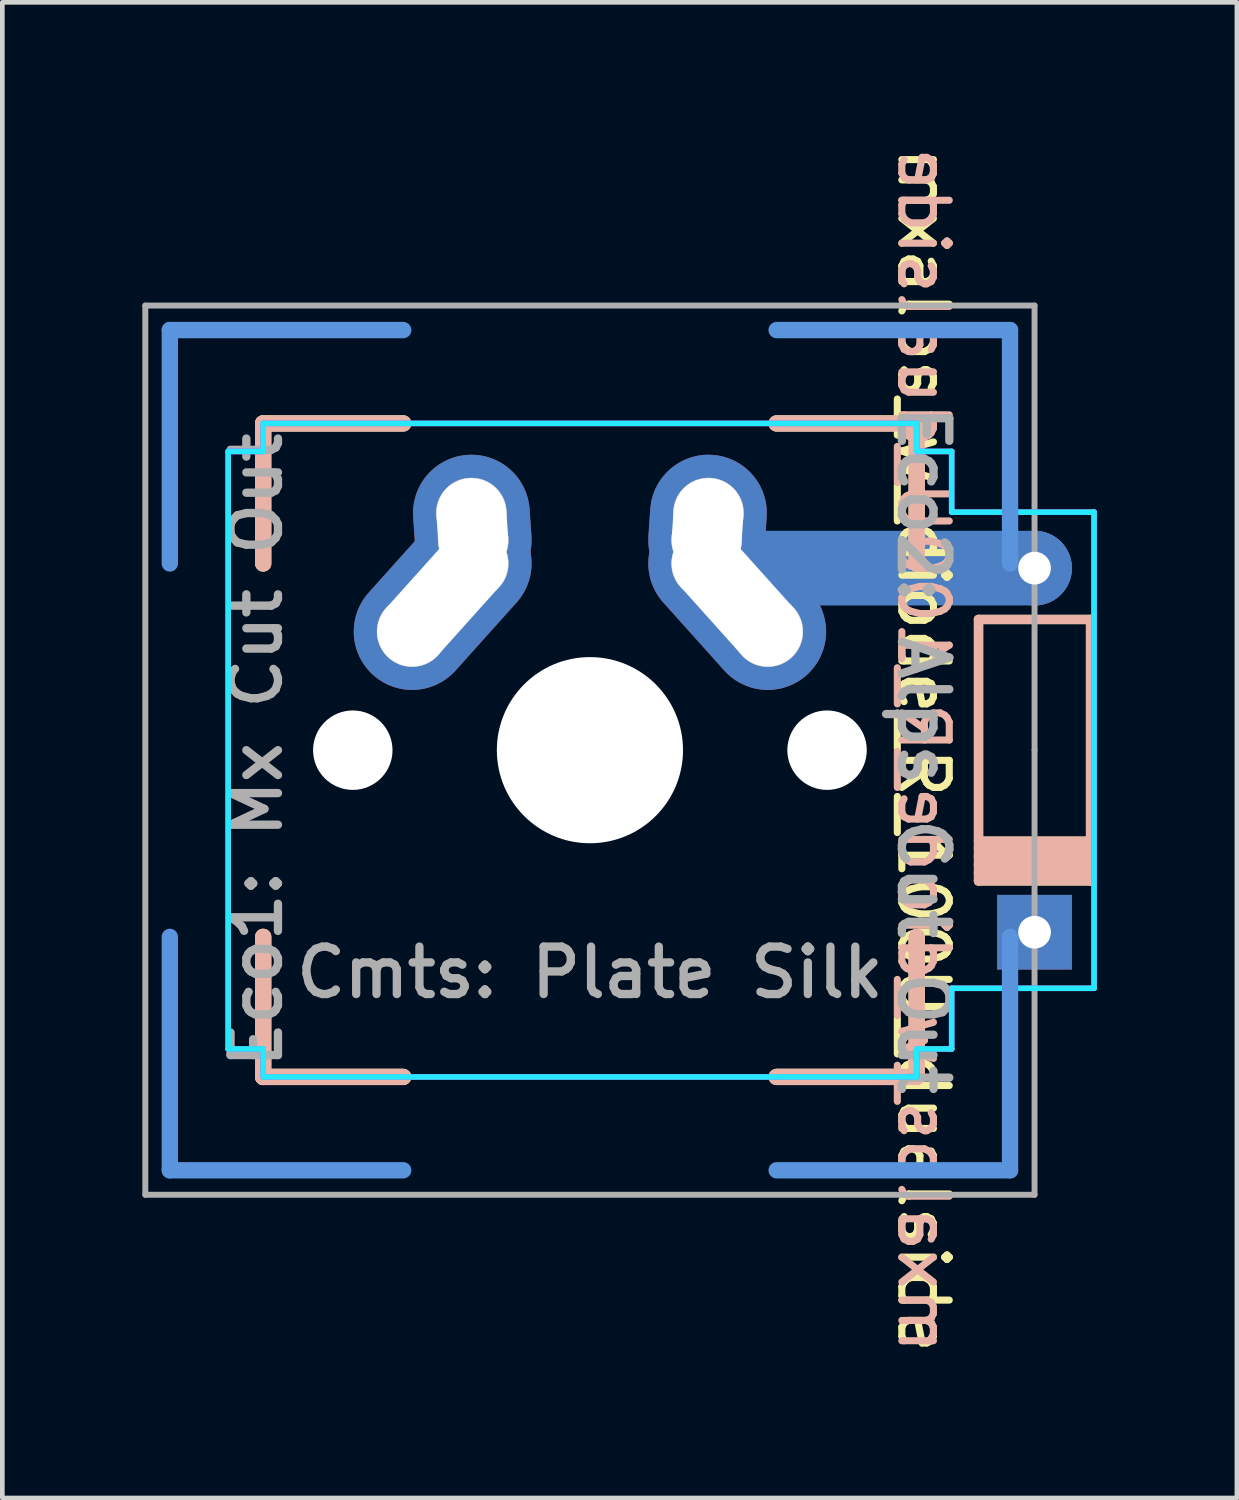
<source format=kicad_pcb>
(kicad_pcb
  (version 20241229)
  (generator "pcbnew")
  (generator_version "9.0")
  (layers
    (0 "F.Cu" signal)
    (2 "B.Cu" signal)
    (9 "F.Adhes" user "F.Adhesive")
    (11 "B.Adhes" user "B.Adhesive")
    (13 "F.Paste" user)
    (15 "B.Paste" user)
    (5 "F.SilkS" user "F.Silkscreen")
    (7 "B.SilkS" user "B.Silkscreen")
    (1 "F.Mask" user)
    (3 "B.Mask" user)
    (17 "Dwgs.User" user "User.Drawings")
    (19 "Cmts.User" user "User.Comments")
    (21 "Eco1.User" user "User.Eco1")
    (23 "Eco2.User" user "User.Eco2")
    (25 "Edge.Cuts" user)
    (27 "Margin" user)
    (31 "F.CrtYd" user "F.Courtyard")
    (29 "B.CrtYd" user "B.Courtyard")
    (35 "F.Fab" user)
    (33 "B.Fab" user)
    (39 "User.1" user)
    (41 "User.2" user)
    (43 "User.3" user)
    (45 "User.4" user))
  (footprint "mxalps_w_diode_R_100U_dualside"
    (layer "F.Cu")
    (at 9.588 13.021)
    (property "Reference" "mxalps_w_diode_R_100U_dualside" (at 7.144 0 270) (unlocked yes) (layer "F.SilkS") (effects (font (size 1.016 1.016) (thickness 0.152))))
    (attr through_hole)
    (fp_line (start -7 -7) (end -7 -4) (stroke (width 0.35) (type solid)) (layer "F.SilkS"))
    (fp_line (start -7 -7) (end -4 -7) (stroke (width 0.35) (type solid)) (layer "F.SilkS"))
    (fp_line (start -7 7) (end -7 4) (stroke (width 0.35) (type solid)) (layer "F.SilkS"))
    (fp_line (start -7 7) (end -4 7) (stroke (width 0.35) (type solid)) (layer "F.SilkS"))
    (fp_line (start 7 -7) (end 4 -7) (stroke (width 0.35) (type solid)) (layer "F.SilkS"))
    (fp_line (start 7 -7) (end 7 -4) (stroke (width 0.35) (type solid)) (layer "F.SilkS"))
    (fp_line (start 7 7) (end 4 7) (stroke (width 0.35) (type solid)) (layer "F.SilkS"))
    (fp_line (start 7 7) (end 7 4) (stroke (width 0.35) (type solid)) (layer "F.SilkS"))
    (fp_line (start 8.325 -2.8) (end 10.725 -2.8) (stroke (width 0.2) (type solid)) (layer "F.SilkS"))
    (fp_line (start 8.325 1.95) (end 10.725 1.95) (stroke (width 0.2) (type solid)) (layer "F.SilkS"))
    (fp_line (start 8.325 2.1) (end 10.725 2.1) (stroke (width 0.2) (type solid)) (layer "F.SilkS"))
    (fp_line (start 8.325 2.275) (end 10.725 2.275) (stroke (width 0.2) (type solid)) (layer "F.SilkS"))
    (fp_line (start 8.325 2.45) (end 10.725 2.45) (stroke (width 0.2) (type solid)) (layer "F.SilkS"))
    (fp_line (start 8.325 2.625) (end 10.725 2.625) (stroke (width 0.2) (type solid)) (layer "F.SilkS"))
    (fp_line (start 8.325 2.8) (end 8.325 -2.8) (stroke (width 0.2) (type solid)) (layer "F.SilkS"))
    (fp_line (start 8.325 2.8) (end 10.725 2.8) (stroke (width 0.2) (type solid)) (layer "F.SilkS"))
    (fp_line (start 10.725 -2.8) (end 10.725 2.8) (stroke (width 0.2) (type solid)) (layer "F.SilkS"))
    (fp_line (start -7 -7) (end -7 -4) (stroke (width 0.35) (type solid)) (layer "B.SilkS"))
    (fp_line (start -7 -7) (end -4 -7) (stroke (width 0.35) (type solid)) (layer "B.SilkS"))
    (fp_line (start -7 7) (end -7 4) (stroke (width 0.35) (type solid)) (layer "B.SilkS"))
    (fp_line (start -7 7) (end -4 7) (stroke (width 0.35) (type solid)) (layer "B.SilkS"))
    (fp_line (start 7 -7) (end 4 -7) (stroke (width 0.35) (type solid)) (layer "B.SilkS"))
    (fp_line (start 7 -7) (end 7 -4) (stroke (width 0.35) (type solid)) (layer "B.SilkS"))
    (fp_line (start 7 7) (end 4 7) (stroke (width 0.35) (type solid)) (layer "B.SilkS"))
    (fp_line (start 7 7) (end 7 4) (stroke (width 0.35) (type solid)) (layer "B.SilkS"))
    (fp_line (start 8.325 -2.8) (end 8.325 2.8) (stroke (width 0.2) (type solid)) (layer "B.SilkS"))
    (fp_line (start 10.725 -2.8) (end 8.325 -2.8) (stroke (width 0.2) (type solid)) (layer "B.SilkS"))
    (fp_line (start 10.725 1.95) (end 8.325 1.95) (stroke (width 0.2) (type solid)) (layer "B.SilkS"))
    (fp_line (start 10.725 2.1) (end 8.325 2.1) (stroke (width 0.2) (type solid)) (layer "B.SilkS"))
    (fp_line (start 10.725 2.275) (end 8.325 2.275) (stroke (width 0.2) (type solid)) (layer "B.SilkS"))
    (fp_line (start 10.725 2.45) (end 8.325 2.45) (stroke (width 0.2) (type solid)) (layer "B.SilkS"))
    (fp_line (start 10.725 2.625) (end 8.325 2.625) (stroke (width 0.2) (type solid)) (layer "B.SilkS"))
    (fp_line (start 10.725 2.8) (end 8.325 2.8) (stroke (width 0.2) (type solid)) (layer "B.SilkS"))
    (fp_line (start 10.725 2.8) (end 10.725 -2.8) (stroke (width 0.2) (type solid)) (layer "B.SilkS"))
    (fp_circle (center -3.81 -2.54) (end -3.06 -2.54) (stroke (width 0.01) (type solid)) (fill no) (layer "Dwgs.User"))
    (fp_circle (center -3.81 -2.54) (end -3.06 -2.54) (stroke (width 0.01) (type solid)) (fill no) (layer "Dwgs.User"))
    (fp_circle (center -2.54 -5.08) (end -3.29 -5.08) (stroke (width 0.01) (type solid)) (fill no) (layer "Dwgs.User"))
    (fp_circle (center -2.54 -5.08) (end -3.29 -5.08) (stroke (width 0.01) (type solid)) (fill no) (layer "Dwgs.User"))
    (fp_circle (center -2.5 -4.5) (end -3.25 -4.5) (stroke (width 0.01) (type solid)) (fill no) (layer "Dwgs.User"))
    (fp_circle (center -2.5 -4.5) (end -3.25 -4.5) (stroke (width 0.01) (type solid)) (fill no) (layer "Dwgs.User"))
    (fp_circle (center -2.5 -4) (end -1.75 -4) (stroke (width 0.01) (type solid)) (fill no) (layer "Dwgs.User"))
    (fp_circle (center -2.5 -4) (end -1.75 -4) (stroke (width 0.01) (type solid)) (fill no) (layer "Dwgs.User"))
    (fp_circle (center 2.5 -4.5) (end 3.25 -4.5) (stroke (width 0.01) (type solid)) (fill no) (layer "Dwgs.User"))
    (fp_circle (center 2.5 -4.5) (end 3.25 -4.5) (stroke (width 0.01) (type solid)) (fill no) (layer "Dwgs.User"))
    (fp_circle (center 2.5 -4) (end 1.75 -4) (stroke (width 0.01) (type solid)) (fill no) (layer "Dwgs.User"))
    (fp_circle (center 2.5 -4) (end 1.75 -4) (stroke (width 0.01) (type solid)) (fill no) (layer "Dwgs.User"))
    (fp_circle (center 2.54 -5.08) (end 3.29 -5.08) (stroke (width 0.01) (type solid)) (fill no) (layer "Dwgs.User"))
    (fp_circle (center 2.54 -5.08) (end 3.29 -5.08) (stroke (width 0.01) (type solid)) (fill no) (layer "Dwgs.User"))
    (fp_circle (center 3.81 -2.54) (end 3.06 -2.54) (stroke (width 0.01) (type solid)) (fill no) (layer "Dwgs.User"))
    (fp_circle (center 3.81 -2.54) (end 3.06 -2.54) (stroke (width 0.01) (type solid)) (fill no) (layer "Dwgs.User"))
    (fp_line (start -9 -9) (end -9 -4) (stroke (width 0.35) (type solid)) (layer "Cmts.User"))
    (fp_line (start -9 9) (end -9 4) (stroke (width 0.35) (type solid)) (layer "Cmts.User"))
    (fp_line (start -4 -9) (end -9 -9) (stroke (width 0.35) (type solid)) (layer "Cmts.User"))
    (fp_line (start -4 9) (end -9 9) (stroke (width 0.35) (type solid)) (layer "Cmts.User"))
    (fp_line (start 4 -9) (end 9 -9) (stroke (width 0.35) (type solid)) (layer "Cmts.User"))
    (fp_line (start 9 -9) (end 9 -4) (stroke (width 0.35) (type solid)) (layer "Cmts.User"))
    (fp_line (start 9 4) (end 9 9) (stroke (width 0.35) (type solid)) (layer "Cmts.User"))
    (fp_line (start 9 9) (end 4 9) (stroke (width 0.35) (type solid)) (layer "Cmts.User"))
    (fp_line (start -7 -7) (end -7 7) (stroke (width 0.1) (type solid)) (layer "Eco1.User"))
    (fp_line (start -7 7) (end 7 7) (stroke (width 0.1) (type solid)) (layer "Eco1.User"))
    (fp_line (start 7 -7) (end -7 -7) (stroke (width 0.1) (type solid)) (layer "Eco1.User"))
    (fp_line (start 7 7) (end 7 -7) (stroke (width 0.1) (type solid)) (layer "Eco1.User"))
    (fp_line (start -7.8 -6.4) (end -7.8 6.4) (stroke (width 0.1) (type solid)) (layer "Eco2.User"))
    (fp_line (start -7.8 6.4) (end 7.8 6.4) (stroke (width 0.1) (type solid)) (layer "Eco2.User"))
    (fp_line (start 7.8 -6.4) (end -7.8 -6.4) (stroke (width 0.1) (type solid)) (layer "Eco2.User"))
    (fp_line (start 7.8 6.4) (end 7.8 -6.4) (stroke (width 0.1) (type solid)) (layer "Eco2.User"))
    (fp_line (start -7.75 -6.4) (end -7 -6.4) (stroke (width 0.12) (type solid)) (layer "B.CrtYd"))
    (fp_line (start -7.75 6.4) (end -7.75 -6.4) (stroke (width 0.12) (type solid)) (layer "B.CrtYd"))
    (fp_line (start -7 -7) (end 7 -7) (stroke (width 0.12) (type solid)) (layer "B.CrtYd"))
    (fp_line (start -7 -6.4) (end -7 -7) (stroke (width 0.12) (type solid)) (layer "B.CrtYd"))
    (fp_line (start -7 6.4) (end -7.75 6.4) (stroke (width 0.12) (type solid)) (layer "B.CrtYd"))
    (fp_line (start -7 7) (end -7 6.4) (stroke (width 0.12) (type solid)) (layer "B.CrtYd"))
    (fp_line (start 7 -7) (end 7 -6.4) (stroke (width 0.12) (type solid)) (layer "B.CrtYd"))
    (fp_line (start 7 -6.4) (end 7.75 -6.4) (stroke (width 0.12) (type solid)) (layer "B.CrtYd"))
    (fp_line (start 7 6.4) (end 7 7) (stroke (width 0.12) (type solid)) (layer "B.CrtYd"))
    (fp_line (start 7 7) (end -7 7) (stroke (width 0.12) (type solid)) (layer "B.CrtYd"))
    (fp_line (start 7.75 -6.4) (end 7.75 -5.1) (stroke (width 0.12) (type solid)) (layer "B.CrtYd"))
    (fp_line (start 7.75 -5.1) (end 10.8 -5.1) (stroke (width 0.12) (type solid)) (layer "B.CrtYd"))
    (fp_line (start 7.75 5.1) (end 10.8 5.1) (stroke (width 0.12) (type solid)) (layer "B.CrtYd"))
    (fp_line (start 7.75 6.4) (end 7 6.4) (stroke (width 0.12) (type solid)) (layer "B.CrtYd"))
    (fp_line (start 7.75 6.4) (end 7.75 5.1) (stroke (width 0.12) (type solid)) (layer "B.CrtYd"))
    (fp_line (start 10.8 5.1) (end 10.8 -5.1) (stroke (width 0.12) (type solid)) (layer "B.CrtYd"))
    (fp_line (start -7.75 -6.4) (end -7.75 6.4) (stroke (width 0.12) (type solid)) (layer "F.CrtYd"))
    (fp_line (start -7.75 6.4) (end -7 6.4) (stroke (width 0.12) (type solid)) (layer "F.CrtYd"))
    (fp_line (start -7 -7) (end -7 -6.4) (stroke (width 0.12) (type solid)) (layer "F.CrtYd"))
    (fp_line (start -7 -6.4) (end -7.75 -6.4) (stroke (width 0.12) (type solid)) (layer "F.CrtYd"))
    (fp_line (start -7 6.4) (end -7 7) (stroke (width 0.12) (type solid)) (layer "F.CrtYd"))
    (fp_line (start -7 7) (end 7 7) (stroke (width 0.12) (type solid)) (layer "F.CrtYd"))
    (fp_line (start 7 -7) (end -7 -7) (stroke (width 0.12) (type solid)) (layer "F.CrtYd"))
    (fp_line (start 7 -6.4) (end 7 -7) (stroke (width 0.12) (type solid)) (layer "F.CrtYd"))
    (fp_line (start 7 6.4) (end 7.75 6.4) (stroke (width 0.12) (type solid)) (layer "F.CrtYd"))
    (fp_line (start 7 7) (end 7 6.4) (stroke (width 0.12) (type solid)) (layer "F.CrtYd"))
    (fp_line (start 7.75 -6.4) (end 7 -6.4) (stroke (width 0.12) (type solid)) (layer "F.CrtYd"))
    (fp_line (start 7.75 -6.4) (end 7.75 -5.1) (stroke (width 0.12) (type solid)) (layer "F.CrtYd"))
    (fp_line (start 7.75 -5.1) (end 10.8 -5.1) (stroke (width 0.12) (type solid)) (layer "F.CrtYd"))
    (fp_line (start 7.75 5.1) (end 10.8 5.1) (stroke (width 0.12) (type solid)) (layer "F.CrtYd"))
    (fp_line (start 7.75 6.4) (end 7.75 5.1) (stroke (width 0.12) (type solid)) (layer "F.CrtYd"))
    (fp_line (start 10.8 -5.1) (end 10.8 5.1) (stroke (width 0.12) (type solid)) (layer "F.CrtYd"))
    (fp_line (start -9.525 -9.525) (end -9.525 9.525) (stroke (width 0.127) (type solid)) (layer "F.Fab"))
    (fp_line (start -9.525 9.525) (end 9.525 9.525) (stroke (width 0.127) (type solid)) (layer "F.Fab"))
    (fp_line (start 9.525 -9.525) (end -9.525 -9.525) (stroke (width 0.127) (type solid)) (layer "F.Fab"))
    (fp_line (start 9.525 0) (end 9.525 -9.525) (stroke (width 0.127) (type solid)) (layer "F.Fab"))
    (fp_line (start 9.525 9.525) (end 9.525 0) (stroke (width 0.127) (type solid)) (layer "F.Fab"))
    (fp_text user "${REFERENCE}" (at 7.144 0 270) (unlocked yes) (layer "B.SilkS") (effects (font (size 1.016 1.016) (thickness 0.152)) (justify mirror)))
    (fp_text user "Eco1: Mx Cut Out" (at -7.144 0 90) (unlocked yes) (layer "F.Fab") (effects (font (size 1.016 1.016) (thickness 0.178))))
    (fp_text user "Cmts: Plate Silk" (at 0 4.763 0) (unlocked yes) (layer "F.Fab") (effects (font (size 1.016 1.016) (thickness 0.178))))
    (fp_text user "Eco2: Alps Cut Out" (at 7.144 0 270) (unlocked yes) (layer "F.Fab") (effects (font (size 1.016 1.016) (thickness 0.178))))
    (pad "" np_thru_hole circle (at -5.08 0) (size 1.702 1.702) (drill 1.702) (layers "*.Cu" "*.Mask"))
    (pad "" np_thru_hole circle (at 0 0) (size 3.988 3.988) (drill 3.988) (layers "*.Cu" "*.Mask"))
    (pad "" thru_hole oval (at 2.52 -4.79 356.1) (size 2.5 3.08) (drill oval 1.5 2.08) (layers "*.Cu" "*.Mask"))
    (pad "" thru_hole oval (at 3.155 -3.27 41.9) (size 2.5 4.46) (drill oval 1.5 3.46) (layers "*.Cu" "*.Mask"))
    (pad "" np_thru_hole circle (at 5.08 0) (size 1.702 1.702) (drill 1.702) (layers "*.Cu" "*.Mask"))
    (pad "" thru_hole circle (at 9.525 -3.9 90) (size 1.6 1.6) (drill 0.7) (layers "*.Cu" "*.Mask"))
    (pad "" connect oval (at 9.525 -3.9) (size 8.6 1.6) (drill (offset -3.5 0)) (layers "B.Cu"))
    (pad "1" thru_hole oval (at -3.155 -3.27 318.1) (size 2.5 4.46) (drill oval 1.5 3.46) (layers "*.Cu" "*.Mask"))
    (pad "1" thru_hole oval (at -2.52 -4.79 3.9) (size 2.5 3.08) (drill oval 1.5 2.08) (layers "*.Cu" "*.Mask"))
    (pad "2" thru_hole rect (at 9.525 3.9 90) (size 1.6 1.6) (drill 0.7) (layers "*.Cu" "*.Mask")))
  (gr_rect
    (start -3 -3)
    (end 23.448 29.041)
    (stroke (width 0.1) (type default))
    (fill no)
    (layer "Edge.Cuts")))
</source>
